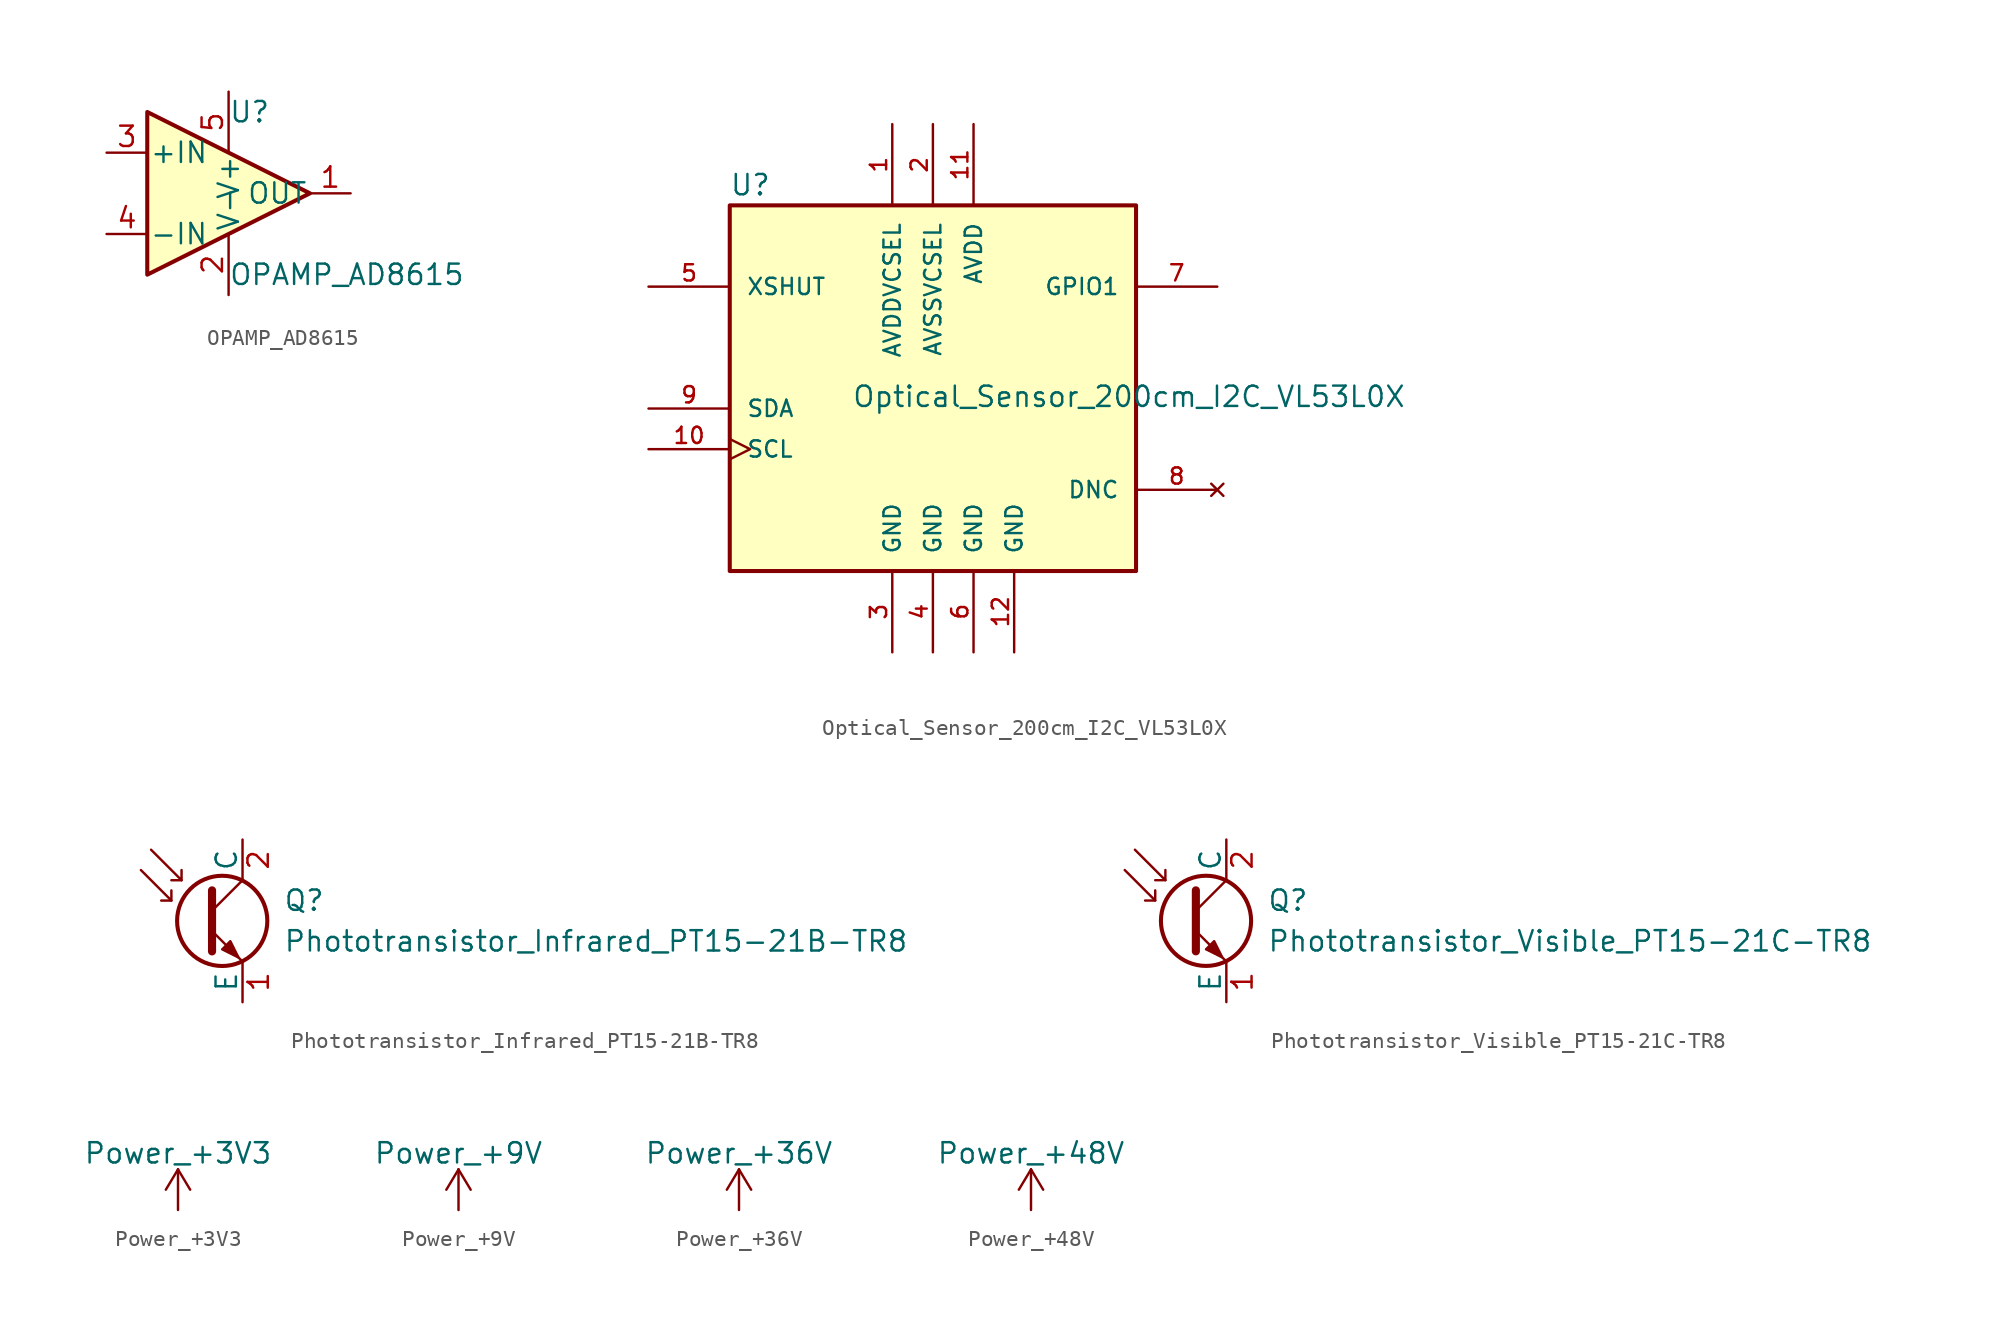
<source format=kicad_sym>
(kicad_symbol_lib
  (version 20211014)
  (generator kicad_symbol_editor)
  (symbol "OPAMP_AD8615"
    (pin_names
      (offset 0.127))
    (property "Reference" "U"
      (at 0 5.08 0)
      (effects (font (size 1.27 1.27)) (justify left)))
    (property "Value" "OPAMP_AD8615"
      (at 0 -5.08 0)
      (effects (font (size 1.27 1.27)) (justify left)))
    (symbol "OPAMP_AD8615_0_1"
      (polyline (pts (xy -5.08 5.08) (xy 5.08 0) (xy -5.08 -5.08) (xy -5.08 5.08)) (stroke (width 0.254) (type default) (color 0 0 0 0)) (fill (type background)))
      (pin power_in line (at 0 -6.35 90) (length 3.81) (name "V-" (effects (font (size 1.27 1.27)))) (number "2" (effects (font (size 1.27 1.27)))))
      (pin power_in line (at 0 6.35 270) (length 3.81) (name "V+" (effects (font (size 1.27 1.27)))) (number "5" (effects (font (size 1.27 1.27))))))
    (symbol "OPAMP_AD8615_1_1"
      (pin output line (at 7.62 0 180) (length 2.54) (name "OUT" (effects (font (size 1.27 1.27)))) (number "1" (effects (font (size 1.27 1.27)))))
      (pin input line (at -7.62 2.54 0) (length 2.54) (name "+IN" (effects (font (size 1.27 1.27)))) (number "3" (effects (font (size 1.27 1.27)))))
      (pin input line (at -7.62 -2.54 0) (length 2.54) (name "-IN" (effects (font (size 1.27 1.27)))) (number "4" (effects (font (size 1.27 1.27)))))))
  (symbol "Optical_Sensor_200cm_I2C_VL53L0X"
    (pin_names
      (offset 1.016))
    (property "Reference" "U"
      (at -12.725 13.233 0)
      (effects (font (size 1.27 1.27)) (justify left bottom)))
    (property "Value" "Optical_Sensor_200cm_I2C_VL53L0X"
      (at -5.08 0 0)
      (effects (font (size 1.27 1.27)) (justify left bottom)))
    (symbol "Optical_Sensor_200cm_I2C_VL53L0X_0_0"
      (rectangle (start -12.7 12.7) (end 12.7 -10.16) (stroke (width 0.254) (type default) (color 0 0 0 0)) (fill (type background)))
      (pin power_in line (at -2.54 17.78 270) (length 5.08) (name "AVDDVCSEL" (effects (font (size 1.016 1.016)))) (number "1" (effects (font (size 1.016 1.016)))))
      (pin input clock (at -17.78 -2.54 0) (length 5.08) (name "SCL" (effects (font (size 1.016 1.016)))) (number "10" (effects (font (size 1.016 1.016)))))
      (pin power_in line (at 2.54 17.78 270) (length 5.08) (name "AVDD" (effects (font (size 1.016 1.016)))) (number "11" (effects (font (size 1.016 1.016)))))
      (pin power_in line (at 5.08 -15.24 90) (length 5.08) (name "GND" (effects (font (size 1.016 1.016)))) (number "12" (effects (font (size 1.016 1.016)))))
      (pin power_in line (at 0 17.78 270) (length 5.08) (name "AVSSVCSEL" (effects (font (size 1.016 1.016)))) (number "2" (effects (font (size 1.016 1.016)))))
      (pin power_in line (at -2.54 -15.24 90) (length 5.08) (name "GND" (effects (font (size 1.016 1.016)))) (number "3" (effects (font (size 1.016 1.016)))))
      (pin power_in line (at 0 -15.24 90) (length 5.08) (name "GND" (effects (font (size 1.016 1.016)))) (number "4" (effects (font (size 1.016 1.016)))))
      (pin input line (at -17.78 7.62 0) (length 5.08) (name "XSHUT" (effects (font (size 1.016 1.016)))) (number "5" (effects (font (size 1.016 1.016)))))
      (pin power_in line (at 2.54 -15.24 90) (length 5.08) (name "GND" (effects (font (size 1.016 1.016)))) (number "6" (effects (font (size 1.016 1.016)))))
      (pin output line (at 17.78 7.62 180) (length 5.08) (name "GPIO1" (effects (font (size 1.016 1.016)))) (number "7" (effects (font (size 1.016 1.016)))))
      (pin no_connect line (at 17.78 -5.08 180) (length 5.08) (name "DNC" (effects (font (size 1.016 1.016)))) (number "8" (effects (font (size 1.016 1.016)))))
      (pin bidirectional line (at -17.78 0 0) (length 5.08) (name "SDA" (effects (font (size 1.016 1.016)))) (number "9" (effects (font (size 1.016 1.016)))))))
  (symbol "Phototransistor_Infrared_PT15-21B-TR8"
    (pin_names
      (offset 0))
    (property "Reference" "Q"
      (at 5.08 1.27 0)
      (effects (font (size 1.27 1.27)) (justify left)))
    (property "Value" "Phototransistor_Infrared_PT15-21B-TR8"
      (at 5.08 -1.27 0)
      (effects (font (size 1.27 1.27)) (justify left)))
    (symbol "Phototransistor_Infrared_PT15-21B-TR8_0_1"
      (polyline (pts (xy -1.905 1.27) (xy -2.54 1.27)) (stroke (width 0) (type default) (color 0 0 0 0)) (fill (type none)))
      (polyline (pts (xy -1.27 2.54) (xy -1.905 2.54)) (stroke (width 0) (type default) (color 0 0 0 0)) (fill (type none)))
      (polyline (pts (xy 0.635 0.635) (xy 2.54 2.54)) (stroke (width 0) (type default) (color 0 0 0 0)) (fill (type none)))
      (polyline (pts (xy -3.81 3.175) (xy -1.905 1.27) (xy -1.905 1.905)) (stroke (width 0) (type default) (color 0 0 0 0)) (fill (type none)))
      (polyline (pts (xy -3.175 4.445) (xy -1.27 2.54) (xy -1.27 3.175)) (stroke (width 0) (type default) (color 0 0 0 0)) (fill (type none)))
      (polyline (pts (xy 0.635 -0.635) (xy 2.54 -2.54) (xy 2.54 -2.54)) (stroke (width 0) (type default) (color 0 0 0 0)) (fill (type none)))
      (polyline (pts (xy 0.635 1.905) (xy 0.635 -1.905) (xy 0.635 -1.905)) (stroke (width 0.508) (type default) (color 0 0 0 0)) (fill (type none)))
      (polyline (pts (xy 1.27 -1.778) (xy 1.778 -1.27) (xy 2.286 -2.286) (xy 1.27 -1.778) (xy 1.27 -1.778)) (stroke (width 0) (type default) (color 0 0 0 0)) (fill (type outline)))
      (circle (center 1.27 0) (radius 2.819) (stroke (width 0.254) (type default) (color 0 0 0 0)) (fill (type none))))
    (symbol "Phototransistor_Infrared_PT15-21B-TR8_1_1"
      (pin passive line (at 2.54 -5.08 90) (length 2.54) (name "E" (effects (font (size 1.27 1.27)))) (number "1" (effects (font (size 1.27 1.27)))))
      (pin passive line (at 2.54 5.08 270) (length 2.54) (name "C" (effects (font (size 1.27 1.27)))) (number "2" (effects (font (size 1.27 1.27)))))))
  (symbol "Phototransistor_Visible_PT15-21C-TR8"
    (pin_names
      (offset 0))
    (property "Reference" "Q"
      (at 5.08 1.27 0)
      (effects (font (size 1.27 1.27)) (justify left)))
    (property "Value" "Phototransistor_Visible_PT15-21C-TR8"
      (at 5.08 -1.27 0)
      (effects (font (size 1.27 1.27)) (justify left)))
    (symbol "Phototransistor_Visible_PT15-21C-TR8_0_1"
      (polyline (pts (xy -1.905 1.27) (xy -2.54 1.27)) (stroke (width 0) (type default) (color 0 0 0 0)) (fill (type none)))
      (polyline (pts (xy -1.27 2.54) (xy -1.905 2.54)) (stroke (width 0) (type default) (color 0 0 0 0)) (fill (type none)))
      (polyline (pts (xy 0.635 0.635) (xy 2.54 2.54)) (stroke (width 0) (type default) (color 0 0 0 0)) (fill (type none)))
      (polyline (pts (xy -3.81 3.175) (xy -1.905 1.27) (xy -1.905 1.905)) (stroke (width 0) (type default) (color 0 0 0 0)) (fill (type none)))
      (polyline (pts (xy -3.175 4.445) (xy -1.27 2.54) (xy -1.27 3.175)) (stroke (width 0) (type default) (color 0 0 0 0)) (fill (type none)))
      (polyline (pts (xy 0.635 -0.635) (xy 2.54 -2.54) (xy 2.54 -2.54)) (stroke (width 0) (type default) (color 0 0 0 0)) (fill (type none)))
      (polyline (pts (xy 0.635 1.905) (xy 0.635 -1.905) (xy 0.635 -1.905)) (stroke (width 0.508) (type default) (color 0 0 0 0)) (fill (type none)))
      (polyline (pts (xy 1.27 -1.778) (xy 1.778 -1.27) (xy 2.286 -2.286) (xy 1.27 -1.778) (xy 1.27 -1.778)) (stroke (width 0) (type default) (color 0 0 0 0)) (fill (type outline)))
      (circle (center 1.27 0) (radius 2.819) (stroke (width 0.254) (type default) (color 0 0 0 0)) (fill (type none))))
    (symbol "Phototransistor_Visible_PT15-21C-TR8_1_1"
      (pin passive line (at 2.54 -5.08 90) (length 2.54) (name "E" (effects (font (size 1.27 1.27)))) (number "1" (effects (font (size 1.27 1.27)))))
      (pin passive line (at 2.54 5.08 270) (length 2.54) (name "C" (effects (font (size 1.27 1.27)))) (number "2" (effects (font (size 1.27 1.27)))))))
  (symbol "Power_+3V3"
    (power)
    (pin_names
      (offset 0))
    (property "Reference" "#PWR"
      (at 0 -3.81 0)
      (effects (font (size 1.27 1.27)) hide))
    (property "Value" "Power_+3V3"
      (at 0 3.556 0)
      (effects (font (size 1.27 1.27))))
    (symbol "Power_+3V3_0_1"
      (polyline (pts (xy -0.762 1.27) (xy 0 2.54)) (stroke (width 0) (type default) (color 0 0 0 0)) (fill (type none)))
      (polyline (pts (xy 0 0) (xy 0 2.54)) (stroke (width 0) (type default) (color 0 0 0 0)) (fill (type none)))
      (polyline (pts (xy 0 2.54) (xy 0.762 1.27)) (stroke (width 0) (type default) (color 0 0 0 0)) (fill (type none))))
    (symbol "Power_+3V3_1_1"
      (pin power_in line (at 0 0 90) (length 0) hide (name "+3V3" (effects (font (size 1.27 1.27)))) (number "1" (effects (font (size 1.27 1.27)))))))
  (symbol "Power_+9V"
    (power)
    (pin_names
      (offset 0))
    (property "Reference" "#PWR"
      (at 0 -3.81 0)
      (effects (font (size 1.27 1.27)) hide))
    (property "Value" "Power_+9V"
      (at 0 3.556 0)
      (effects (font (size 1.27 1.27))))
    (symbol "Power_+9V_0_1"
      (polyline (pts (xy -0.762 1.27) (xy 0 2.54)) (stroke (width 0) (type default) (color 0 0 0 0)) (fill (type none)))
      (polyline (pts (xy 0 0) (xy 0 2.54)) (stroke (width 0) (type default) (color 0 0 0 0)) (fill (type none)))
      (polyline (pts (xy 0 2.54) (xy 0.762 1.27)) (stroke (width 0) (type default) (color 0 0 0 0)) (fill (type none))))
    (symbol "Power_+9V_1_1"
      (pin power_in line (at 0 0 90) (length 0) hide (name "+9V" (effects (font (size 1.27 1.27)))) (number "1" (effects (font (size 1.27 1.27)))))))
  (symbol "Power_+36V"
    (power)
    (pin_names
      (offset 0))
    (property "Reference" "#PWR"
      (at 0 -3.81 0)
      (effects (font (size 1.27 1.27)) hide))
    (property "Value" "Power_+36V"
      (at 0 3.556 0)
      (effects (font (size 1.27 1.27))))
    (symbol "Power_+36V_0_1"
      (polyline (pts (xy -0.762 1.27) (xy 0 2.54)) (stroke (width 0) (type default) (color 0 0 0 0)) (fill (type none)))
      (polyline (pts (xy 0 0) (xy 0 2.54)) (stroke (width 0) (type default) (color 0 0 0 0)) (fill (type none)))
      (polyline (pts (xy 0 2.54) (xy 0.762 1.27)) (stroke (width 0) (type default) (color 0 0 0 0)) (fill (type none))))
    (symbol "Power_+36V_1_1"
      (pin power_in line (at 0 0 90) (length 0) hide (name "+36V" (effects (font (size 1.27 1.27)))) (number "1" (effects (font (size 1.27 1.27)))))))
  (symbol "Power_+48V"
    (power)
    (pin_names
      (offset 0))
    (property "Reference" "#PWR"
      (at 0 -3.81 0)
      (effects (font (size 1.27 1.27)) hide))
    (property "Value" "Power_+48V"
      (at 0 3.556 0)
      (effects (font (size 1.27 1.27))))
    (symbol "Power_+48V_0_1"
      (polyline (pts (xy -0.762 1.27) (xy 0 2.54)) (stroke (width 0) (type default) (color 0 0 0 0)) (fill (type none)))
      (polyline (pts (xy 0 0) (xy 0 2.54)) (stroke (width 0) (type default) (color 0 0 0 0)) (fill (type none)))
      (polyline (pts (xy 0 2.54) (xy 0.762 1.27)) (stroke (width 0) (type default) (color 0 0 0 0)) (fill (type none))))
    (symbol "Power_+48V_1_1"
      (pin power_in line (at 0 0 90) (length 0) hide (name "+48V" (effects (font (size 1.27 1.27)))) (number "1" (effects (font (size 1.27 1.27))))))))
</source>
